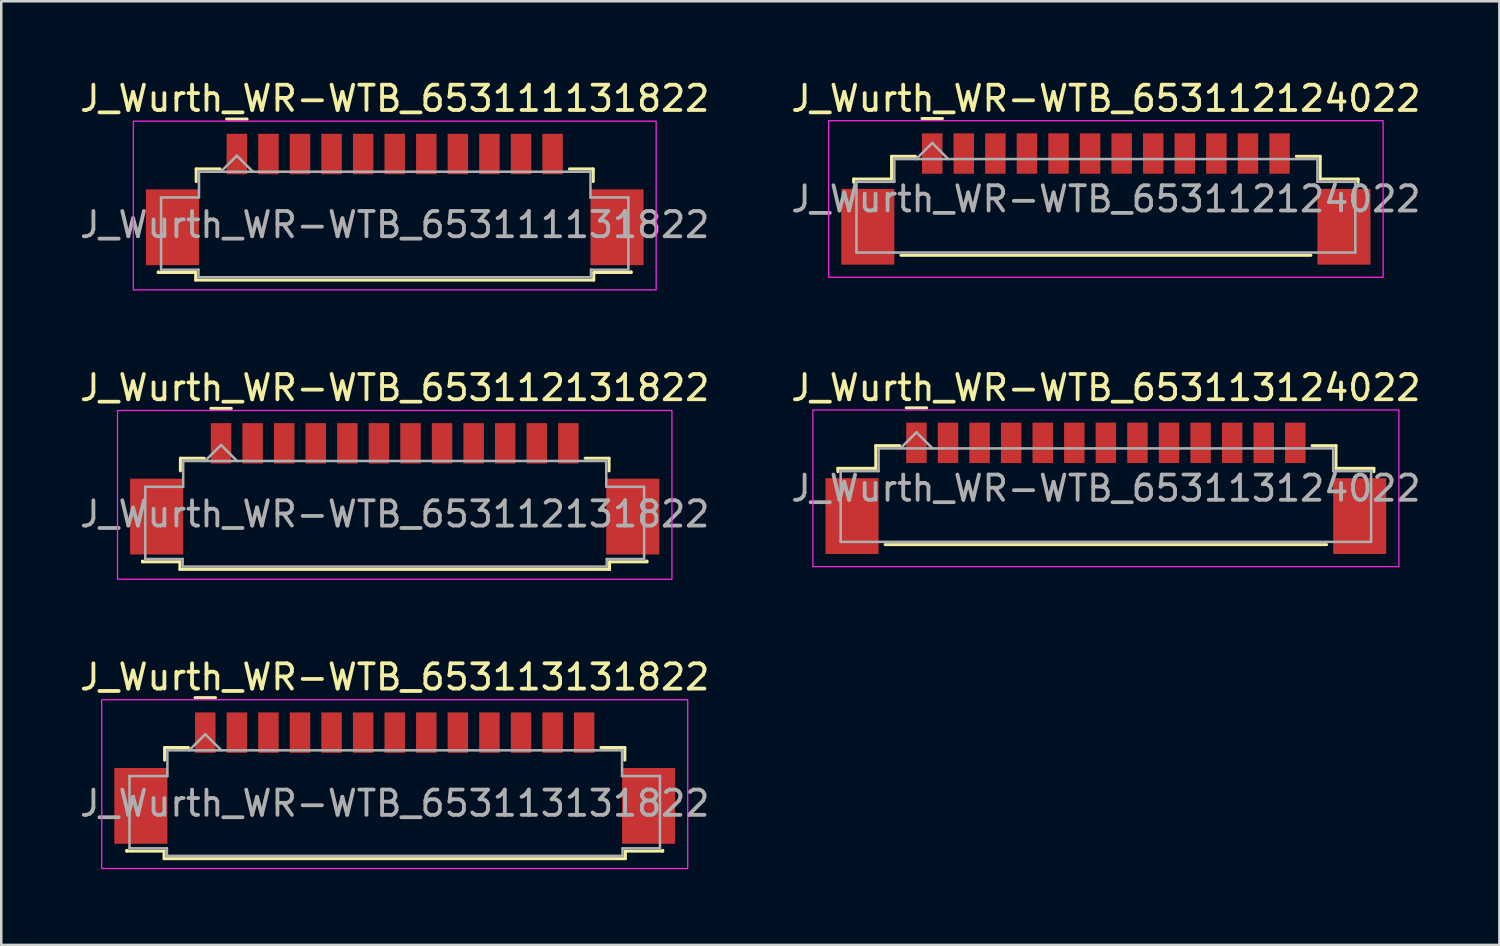
<source format=kicad_pcb>
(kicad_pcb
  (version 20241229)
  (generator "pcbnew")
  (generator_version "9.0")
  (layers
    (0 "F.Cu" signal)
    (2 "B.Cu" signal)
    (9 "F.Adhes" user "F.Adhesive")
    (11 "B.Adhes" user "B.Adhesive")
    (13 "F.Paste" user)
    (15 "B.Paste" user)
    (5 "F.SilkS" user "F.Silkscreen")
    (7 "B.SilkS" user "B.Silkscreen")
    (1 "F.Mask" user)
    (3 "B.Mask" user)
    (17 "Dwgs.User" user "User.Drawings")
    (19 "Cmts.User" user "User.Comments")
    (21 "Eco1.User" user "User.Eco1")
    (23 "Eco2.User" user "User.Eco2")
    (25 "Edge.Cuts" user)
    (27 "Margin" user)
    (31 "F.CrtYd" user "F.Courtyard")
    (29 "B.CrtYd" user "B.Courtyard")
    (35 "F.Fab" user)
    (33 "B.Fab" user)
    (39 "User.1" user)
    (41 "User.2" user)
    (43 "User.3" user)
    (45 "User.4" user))
  (footprint "J_Wurth_WR-WTB_653112131822"
    (layer "F.Cu")
    (at 12.577 17.302)
    (property "Reference" "J_Wurth_WR-WTB_653112131822" (at 0 -5 0) (unlocked yes) (layer "F.SilkS") (effects (font (size 1 1) (thickness 0.15))))
    (attr smd)
    (fp_line (start -9.985 1.86) (end -9.985 1.89) (stroke (width 0.12) (type solid)) (layer "F.SilkS"))
    (fp_line (start -9.985 1.89) (end -8.505 1.89) (stroke (width 0.12) (type default)) (layer "F.SilkS"))
    (fp_line (start -8.505 1.89) (end -8.505 2.19) (stroke (width 0.12) (type default)) (layer "F.SilkS"))
    (fp_line (start -8.505 2.19) (end 8.505 2.19) (stroke (width 0.12) (type default)) (layer "F.SilkS"))
    (fp_line (start -8.485 -2.21) (end -8.485 -1.71) (stroke (width 0.12) (type default)) (layer "F.SilkS"))
    (fp_line (start -7.54 -2.21) (end -8.485 -2.21) (stroke (width 0.12) (type solid)) (layer "F.SilkS"))
    (fp_line (start -7.28 -4.185) (end -6.47 -4.185) (stroke (width 0.12) (type solid)) (layer "F.SilkS"))
    (fp_line (start 7.54 -2.21) (end 8.485 -2.21) (stroke (width 0.12) (type solid)) (layer "F.SilkS"))
    (fp_line (start 8.485 -2.21) (end 8.485 -1.71) (stroke (width 0.12) (type default)) (layer "F.SilkS"))
    (fp_line (start 8.505 1.89) (end 9.985 1.89) (stroke (width 0.12) (type default)) (layer "F.SilkS"))
    (fp_line (start 8.505 2.19) (end 8.505 1.89) (stroke (width 0.12) (type default)) (layer "F.SilkS"))
    (fp_line (start 9.985 1.89) (end 9.985 1.86) (stroke (width 0.12) (type solid)) (layer "F.SilkS"))
    (fp_rect (start -10.975 -4.1) (end 10.975 2.58) (stroke (width 0.05) (type solid)) (fill no) (layer "F.CrtYd"))
    (fp_line (start -9.875 -1.08) (end -8.375 -1.08) (stroke (width 0.1) (type default)) (layer "F.Fab"))
    (fp_line (start -9.875 1.78) (end -9.875 -1.08) (stroke (width 0.1) (type solid)) (layer "F.Fab"))
    (fp_line (start -9.875 1.78) (end -8.395 1.78) (stroke (width 0.1) (type solid)) (layer "F.Fab"))
    (fp_line (start -8.395 1.78) (end -8.395 2.08) (stroke (width 0.1) (type solid)) (layer "F.Fab"))
    (fp_line (start -8.395 2.08) (end 8.395 2.08) (stroke (width 0.1) (type default)) (layer "F.Fab"))
    (fp_line (start -8.375 -2.1) (end -8.375 -1.08) (stroke (width 0.1) (type solid)) (layer "F.Fab"))
    (fp_line (start -8.375 -2.1) (end 8.375 -2.1) (stroke (width 0.1) (type solid)) (layer "F.Fab"))
    (fp_line (start -6.875 -2.735) (end -7.51 -2.1) (stroke (width 0.1) (type default)) (layer "F.Fab"))
    (fp_line (start -6.24 -2.1) (end -6.875 -2.735) (stroke (width 0.1) (type default)) (layer "F.Fab"))
    (fp_line (start 8.375 -2.1) (end 8.375 -1.08) (stroke (width 0.1) (type solid)) (layer "F.Fab"))
    (fp_line (start 8.395 1.78) (end 8.395 2.08) (stroke (width 0.1) (type solid)) (layer "F.Fab"))
    (fp_line (start 9.875 -1.08) (end 8.375 -1.08) (stroke (width 0.1) (type default)) (layer "F.Fab"))
    (fp_line (start 9.875 1.78) (end 8.395 1.78) (stroke (width 0.1) (type solid)) (layer "F.Fab"))
    (fp_line (start 9.875 1.78) (end 9.875 -1.08) (stroke (width 0.1) (type solid)) (layer "F.Fab"))
    (fp_text user "${REFERENCE}" (at 0 0 0) (unlocked yes) (layer "F.Fab") (effects (font (size 1 1) (thickness 0.15))))
    (pad "1" smd rect (at -6.875 -2.8) (size 0.81 1.6) (layers "F.Cu" "F.Mask" "F.Paste"))
    (pad "2" smd rect (at -5.625 -2.8) (size 0.81 1.6) (layers "F.Cu" "F.Mask" "F.Paste"))
    (pad "3" smd rect (at -4.375 -2.8) (size 0.81 1.6) (layers "F.Cu" "F.Mask" "F.Paste"))
    (pad "4" smd rect (at -3.125 -2.8) (size 0.81 1.6) (layers "F.Cu" "F.Mask" "F.Paste"))
    (pad "5" smd rect (at -1.875 -2.8) (size 0.81 1.6) (layers "F.Cu" "F.Mask" "F.Paste"))
    (pad "6" smd rect (at -0.625 -2.8) (size 0.81 1.6) (layers "F.Cu" "F.Mask" "F.Paste"))
    (pad "7" smd rect (at 0.625 -2.8) (size 0.81 1.6) (layers "F.Cu" "F.Mask" "F.Paste"))
    (pad "8" smd rect (at 1.875 -2.8) (size 0.81 1.6) (layers "F.Cu" "F.Mask" "F.Paste"))
    (pad "9" smd rect (at 3.125 -2.8) (size 0.81 1.6) (layers "F.Cu" "F.Mask" "F.Paste"))
    (pad "10" smd rect (at 4.375 -2.8) (size 0.81 1.6) (layers "F.Cu" "F.Mask" "F.Paste"))
    (pad "11" smd rect (at 5.625 -2.8) (size 0.81 1.6) (layers "F.Cu" "F.Mask" "F.Paste"))
    (pad "12" smd rect (at 6.875 -2.8) (size 0.81 1.6) (layers "F.Cu" "F.Mask" "F.Paste"))
    (pad "MP1" smd rect (at -9.425 0.1) (size 2.1 3) (layers "F.Cu" "F.Mask" "F.Paste"))
    (pad "MP2" smd rect (at 9.425 0.1) (size 2.1 3) (layers "F.Cu" "F.Mask" "F.Paste")))
  (footprint "J_Wurth_WR-WTB_653112124022"
    (layer "F.Cu")
    (at 40.732 5.098)
    (property "Reference" "J_Wurth_WR-WTB_653112124022" (at 0 -4.25 0) (unlocked yes) (layer "F.SilkS") (effects (font (size 1 1) (thickness 0.15))))
    (attr smd)
    (fp_line (start -9.985 -1.06) (end -9.985 -0.93) (stroke (width 0.12) (type solid)) (layer "F.SilkS"))
    (fp_line (start -8.485 -1.96) (end -8.485 -1.06) (stroke (width 0.12) (type solid)) (layer "F.SilkS"))
    (fp_line (start -8.485 -1.06) (end -9.985 -1.06) (stroke (width 0.12) (type solid)) (layer "F.SilkS"))
    (fp_line (start -8.115 1.96) (end 8.115 1.96) (stroke (width 0.12) (type solid)) (layer "F.SilkS"))
    (fp_line (start -7.54 -1.96) (end -8.485 -1.96) (stroke (width 0.12) (type solid)) (layer "F.SilkS"))
    (fp_line (start -7.28 -3.455) (end -6.47 -3.455) (stroke (width 0.12) (type solid)) (layer "F.SilkS"))
    (fp_line (start 8.485 -1.96) (end 7.54 -1.96) (stroke (width 0.12) (type solid)) (layer "F.SilkS"))
    (fp_line (start 8.485 -1.06) (end 8.485 -1.96) (stroke (width 0.12) (type solid)) (layer "F.SilkS"))
    (fp_line (start 9.985 -1.06) (end 8.485 -1.06) (stroke (width 0.12) (type solid)) (layer "F.SilkS"))
    (fp_line (start 9.985 -1.06) (end 9.985 -0.93) (stroke (width 0.12) (type solid)) (layer "F.SilkS"))
    (fp_rect (start -10.975 -3.37) (end 10.975 2.83) (stroke (width 0.05) (type solid)) (fill no) (layer "F.CrtYd"))
    (fp_line (start -9.875 -0.95) (end -8.375 -0.95) (stroke (width 0.1) (type solid)) (layer "F.Fab"))
    (fp_line (start -9.875 1.85) (end -9.875 -0.95) (stroke (width 0.1) (type solid)) (layer "F.Fab"))
    (fp_line (start -8.375 -1.85) (end 8.375 -1.85) (stroke (width 0.1) (type solid)) (layer "F.Fab"))
    (fp_line (start -8.375 -0.95) (end -8.375 -1.85) (stroke (width 0.1) (type solid)) (layer "F.Fab"))
    (fp_line (start -6.875 -2.485) (end -7.51 -1.85) (stroke (width 0.1) (type default)) (layer "F.Fab"))
    (fp_line (start -6.24 -1.85) (end -6.875 -2.485) (stroke (width 0.1) (type default)) (layer "F.Fab"))
    (fp_line (start 8.375 -0.95) (end 8.375 -1.85) (stroke (width 0.1) (type solid)) (layer "F.Fab"))
    (fp_line (start 9.875 -0.95) (end 8.375 -0.95) (stroke (width 0.1) (type solid)) (layer "F.Fab"))
    (fp_line (start 9.875 1.85) (end -9.875 1.85) (stroke (width 0.1) (type solid)) (layer "F.Fab"))
    (fp_line (start 9.875 1.85) (end 9.875 -0.95) (stroke (width 0.1) (type solid)) (layer "F.Fab"))
    (fp_text user "${REFERENCE}" (at 0 -0.27 0) (unlocked yes) (layer "F.Fab") (effects (font (size 1 1) (thickness 0.15))))
    (pad "1" smd rect (at -6.875 -2.07) (size 0.81 1.6) (layers "F.Cu" "F.Mask" "F.Paste"))
    (pad "2" smd rect (at -5.625 -2.07) (size 0.81 1.6) (layers "F.Cu" "F.Mask" "F.Paste"))
    (pad "3" smd rect (at -4.375 -2.07) (size 0.81 1.6) (layers "F.Cu" "F.Mask" "F.Paste"))
    (pad "4" smd rect (at -3.125 -2.07) (size 0.81 1.6) (layers "F.Cu" "F.Mask" "F.Paste"))
    (pad "5" smd rect (at -1.875 -2.07) (size 0.81 1.6) (layers "F.Cu" "F.Mask" "F.Paste"))
    (pad "6" smd rect (at -0.625 -2.07) (size 0.81 1.6) (layers "F.Cu" "F.Mask" "F.Paste"))
    (pad "7" smd rect (at 0.625 -2.07) (size 0.81 1.6) (layers "F.Cu" "F.Mask" "F.Paste"))
    (pad "8" smd rect (at 1.875 -2.07) (size 0.81 1.6) (layers "F.Cu" "F.Mask" "F.Paste"))
    (pad "9" smd rect (at 3.125 -2.07) (size 0.81 1.6) (layers "F.Cu" "F.Mask" "F.Paste"))
    (pad "10" smd rect (at 4.375 -2.07) (size 0.81 1.6) (layers "F.Cu" "F.Mask" "F.Paste"))
    (pad "11" smd rect (at 5.625 -2.07) (size 0.81 1.6) (layers "F.Cu" "F.Mask" "F.Paste"))
    (pad "12" smd rect (at 6.875 -2.07) (size 0.81 1.6) (layers "F.Cu" "F.Mask" "F.Paste"))
    (pad "MP1" smd rect (at -9.425 0.83) (size 2.1 3) (layers "F.Cu" "F.Mask" "F.Paste"))
    (pad "MP2" smd rect (at 9.425 0.83) (size 2.1 3) (layers "F.Cu" "F.Mask" "F.Paste")))
  (footprint "J_Wurth_WR-WTB_653113131822"
    (layer "F.Cu")
    (at 12.577 28.755)
    (property "Reference" "J_Wurth_WR-WTB_653113131822" (at 0 -5 0) (unlocked yes) (layer "F.SilkS") (effects (font (size 1 1) (thickness 0.15))))
    (attr smd)
    (fp_line (start -10.61 1.86) (end -10.61 1.89) (stroke (width 0.12) (type solid)) (layer "F.SilkS"))
    (fp_line (start -10.61 1.89) (end -9.13 1.89) (stroke (width 0.12) (type default)) (layer "F.SilkS"))
    (fp_line (start -9.13 1.89) (end -9.13 2.19) (stroke (width 0.12) (type default)) (layer "F.SilkS"))
    (fp_line (start -9.13 2.19) (end 9.13 2.19) (stroke (width 0.12) (type default)) (layer "F.SilkS"))
    (fp_line (start -9.11 -2.21) (end -9.11 -1.71) (stroke (width 0.12) (type default)) (layer "F.SilkS"))
    (fp_line (start -8.165 -2.21) (end -9.11 -2.21) (stroke (width 0.12) (type solid)) (layer "F.SilkS"))
    (fp_line (start -7.905 -4.185) (end -7.095 -4.185) (stroke (width 0.12) (type solid)) (layer "F.SilkS"))
    (fp_line (start 8.165 -2.21) (end 9.11 -2.21) (stroke (width 0.12) (type solid)) (layer "F.SilkS"))
    (fp_line (start 9.11 -2.21) (end 9.11 -1.71) (stroke (width 0.12) (type default)) (layer "F.SilkS"))
    (fp_line (start 9.13 1.89) (end 10.61 1.89) (stroke (width 0.12) (type default)) (layer "F.SilkS"))
    (fp_line (start 9.13 2.19) (end 9.13 1.89) (stroke (width 0.12) (type default)) (layer "F.SilkS"))
    (fp_line (start 10.61 1.89) (end 10.61 1.86) (stroke (width 0.12) (type solid)) (layer "F.SilkS"))
    (fp_rect (start -11.6 -4.1) (end 11.6 2.58) (stroke (width 0.05) (type solid)) (fill no) (layer "F.CrtYd"))
    (fp_line (start -10.5 -1.08) (end -9 -1.08) (stroke (width 0.1) (type default)) (layer "F.Fab"))
    (fp_line (start -10.5 1.78) (end -10.5 -1.08) (stroke (width 0.1) (type solid)) (layer "F.Fab"))
    (fp_line (start -10.5 1.78) (end -9.02 1.78) (stroke (width 0.1) (type solid)) (layer "F.Fab"))
    (fp_line (start -9.02 1.78) (end -9.02 2.08) (stroke (width 0.1) (type solid)) (layer "F.Fab"))
    (fp_line (start -9.02 2.08) (end 9.02 2.08) (stroke (width 0.1) (type default)) (layer "F.Fab"))
    (fp_line (start -9 -2.1) (end -9 -1.08) (stroke (width 0.1) (type solid)) (layer "F.Fab"))
    (fp_line (start -9 -2.1) (end 9 -2.1) (stroke (width 0.1) (type solid)) (layer "F.Fab"))
    (fp_line (start -7.5 -2.735) (end -8.135 -2.1) (stroke (width 0.1) (type default)) (layer "F.Fab"))
    (fp_line (start -6.865 -2.1) (end -7.5 -2.735) (stroke (width 0.1) (type default)) (layer "F.Fab"))
    (fp_line (start 9 -2.1) (end 9 -1.08) (stroke (width 0.1) (type solid)) (layer "F.Fab"))
    (fp_line (start 9.02 1.78) (end 9.02 2.08) (stroke (width 0.1) (type solid)) (layer "F.Fab"))
    (fp_line (start 10.5 -1.08) (end 9 -1.08) (stroke (width 0.1) (type default)) (layer "F.Fab"))
    (fp_line (start 10.5 1.78) (end 9.02 1.78) (stroke (width 0.1) (type solid)) (layer "F.Fab"))
    (fp_line (start 10.5 1.78) (end 10.5 -1.08) (stroke (width 0.1) (type solid)) (layer "F.Fab"))
    (fp_text user "${REFERENCE}" (at 0 0 0) (unlocked yes) (layer "F.Fab") (effects (font (size 1 1) (thickness 0.15))))
    (pad "1" smd rect (at -7.5 -2.8) (size 0.81 1.6) (layers "F.Cu" "F.Mask" "F.Paste"))
    (pad "2" smd rect (at -6.25 -2.8) (size 0.81 1.6) (layers "F.Cu" "F.Mask" "F.Paste"))
    (pad "3" smd rect (at -5 -2.8) (size 0.81 1.6) (layers "F.Cu" "F.Mask" "F.Paste"))
    (pad "4" smd rect (at -3.75 -2.8) (size 0.81 1.6) (layers "F.Cu" "F.Mask" "F.Paste"))
    (pad "5" smd rect (at -2.5 -2.8) (size 0.81 1.6) (layers "F.Cu" "F.Mask" "F.Paste"))
    (pad "6" smd rect (at -1.25 -2.8) (size 0.81 1.6) (layers "F.Cu" "F.Mask" "F.Paste"))
    (pad "7" smd rect (at 0 -2.8) (size 0.81 1.6) (layers "F.Cu" "F.Mask" "F.Paste"))
    (pad "8" smd rect (at 1.25 -2.8) (size 0.81 1.6) (layers "F.Cu" "F.Mask" "F.Paste"))
    (pad "9" smd rect (at 2.5 -2.8) (size 0.81 1.6) (layers "F.Cu" "F.Mask" "F.Paste"))
    (pad "10" smd rect (at 3.75 -2.8) (size 0.81 1.6) (layers "F.Cu" "F.Mask" "F.Paste"))
    (pad "11" smd rect (at 5 -2.8) (size 0.81 1.6) (layers "F.Cu" "F.Mask" "F.Paste"))
    (pad "12" smd rect (at 6.25 -2.8) (size 0.81 1.6) (layers "F.Cu" "F.Mask" "F.Paste"))
    (pad "13" smd rect (at 7.5 -2.8) (size 0.81 1.6) (layers "F.Cu" "F.Mask" "F.Paste"))
    (pad "MP1" smd rect (at -10.05 0.1) (size 2.1 3) (layers "F.Cu" "F.Mask" "F.Paste"))
    (pad "MP2" smd rect (at 10.05 0.1) (size 2.1 3) (layers "F.Cu" "F.Mask" "F.Paste")))
  (footprint "J_Wurth_WR-WTB_653111131822"
    (layer "F.Cu")
    (at 12.577 5.848)
    (property "Reference" "J_Wurth_WR-WTB_653111131822" (at 0 -5 0) (unlocked yes) (layer "F.SilkS") (effects (font (size 1 1) (thickness 0.15))))
    (attr smd)
    (fp_line (start -9.36 1.86) (end -9.36 1.89) (stroke (width 0.12) (type solid)) (layer "F.SilkS"))
    (fp_line (start -9.36 1.89) (end -7.88 1.89) (stroke (width 0.12) (type default)) (layer "F.SilkS"))
    (fp_line (start -7.88 1.89) (end -7.88 2.19) (stroke (width 0.12) (type default)) (layer "F.SilkS"))
    (fp_line (start -7.88 2.19) (end 7.88 2.19) (stroke (width 0.12) (type default)) (layer "F.SilkS"))
    (fp_line (start -7.86 -2.21) (end -7.86 -1.71) (stroke (width 0.12) (type default)) (layer "F.SilkS"))
    (fp_line (start -6.915 -2.21) (end -7.86 -2.21) (stroke (width 0.12) (type solid)) (layer "F.SilkS"))
    (fp_line (start -6.655 -4.185) (end -5.845 -4.185) (stroke (width 0.12) (type solid)) (layer "F.SilkS"))
    (fp_line (start 6.915 -2.21) (end 7.86 -2.21) (stroke (width 0.12) (type solid)) (layer "F.SilkS"))
    (fp_line (start 7.86 -2.21) (end 7.86 -1.71) (stroke (width 0.12) (type default)) (layer "F.SilkS"))
    (fp_line (start 7.88 1.89) (end 9.36 1.89) (stroke (width 0.12) (type default)) (layer "F.SilkS"))
    (fp_line (start 7.88 2.19) (end 7.88 1.89) (stroke (width 0.12) (type default)) (layer "F.SilkS"))
    (fp_line (start 9.36 1.89) (end 9.36 1.86) (stroke (width 0.12) (type solid)) (layer "F.SilkS"))
    (fp_rect (start -10.35 -4.1) (end 10.35 2.58) (stroke (width 0.05) (type solid)) (fill no) (layer "F.CrtYd"))
    (fp_line (start -9.25 -1.08) (end -7.75 -1.08) (stroke (width 0.1) (type default)) (layer "F.Fab"))
    (fp_line (start -9.25 1.78) (end -9.25 -1.08) (stroke (width 0.1) (type solid)) (layer "F.Fab"))
    (fp_line (start -9.25 1.78) (end -7.77 1.78) (stroke (width 0.1) (type solid)) (layer "F.Fab"))
    (fp_line (start -7.77 1.78) (end -7.77 2.08) (stroke (width 0.1) (type solid)) (layer "F.Fab"))
    (fp_line (start -7.77 2.08) (end 7.77 2.08) (stroke (width 0.1) (type default)) (layer "F.Fab"))
    (fp_line (start -7.75 -2.1) (end -7.75 -1.08) (stroke (width 0.1) (type solid)) (layer "F.Fab"))
    (fp_line (start -7.75 -2.1) (end 7.75 -2.1) (stroke (width 0.1) (type solid)) (layer "F.Fab"))
    (fp_line (start -6.25 -2.735) (end -6.885 -2.1) (stroke (width 0.1) (type default)) (layer "F.Fab"))
    (fp_line (start -5.615 -2.1) (end -6.25 -2.735) (stroke (width 0.1) (type default)) (layer "F.Fab"))
    (fp_line (start 7.75 -2.1) (end 7.75 -1.08) (stroke (width 0.1) (type solid)) (layer "F.Fab"))
    (fp_line (start 7.77 1.78) (end 7.77 2.08) (stroke (width 0.1) (type solid)) (layer "F.Fab"))
    (fp_line (start 9.25 -1.08) (end 7.75 -1.08) (stroke (width 0.1) (type default)) (layer "F.Fab"))
    (fp_line (start 9.25 1.78) (end 7.77 1.78) (stroke (width 0.1) (type solid)) (layer "F.Fab"))
    (fp_line (start 9.25 1.78) (end 9.25 -1.08) (stroke (width 0.1) (type solid)) (layer "F.Fab"))
    (fp_text user "${REFERENCE}" (at 0 0 0) (unlocked yes) (layer "F.Fab") (effects (font (size 1 1) (thickness 0.15))))
    (pad "1" smd rect (at -6.25 -2.8) (size 0.81 1.6) (layers "F.Cu" "F.Mask" "F.Paste"))
    (pad "2" smd rect (at -5 -2.8) (size 0.81 1.6) (layers "F.Cu" "F.Mask" "F.Paste"))
    (pad "3" smd rect (at -3.75 -2.8) (size 0.81 1.6) (layers "F.Cu" "F.Mask" "F.Paste"))
    (pad "4" smd rect (at -2.5 -2.8) (size 0.81 1.6) (layers "F.Cu" "F.Mask" "F.Paste"))
    (pad "5" smd rect (at -1.25 -2.8) (size 0.81 1.6) (layers "F.Cu" "F.Mask" "F.Paste"))
    (pad "6" smd rect (at 0 -2.8) (size 0.81 1.6) (layers "F.Cu" "F.Mask" "F.Paste"))
    (pad "7" smd rect (at 1.25 -2.8) (size 0.81 1.6) (layers "F.Cu" "F.Mask" "F.Paste"))
    (pad "8" smd rect (at 2.5 -2.8) (size 0.81 1.6) (layers "F.Cu" "F.Mask" "F.Paste"))
    (pad "9" smd rect (at 3.75 -2.8) (size 0.81 1.6) (layers "F.Cu" "F.Mask" "F.Paste"))
    (pad "10" smd rect (at 5 -2.8) (size 0.81 1.6) (layers "F.Cu" "F.Mask" "F.Paste"))
    (pad "11" smd rect (at 6.25 -2.8) (size 0.81 1.6) (layers "F.Cu" "F.Mask" "F.Paste"))
    (pad "MP1" smd rect (at -8.8 0.1) (size 2.1 3) (layers "F.Cu" "F.Mask" "F.Paste"))
    (pad "MP2" smd rect (at 8.8 0.1) (size 2.1 3) (layers "F.Cu" "F.Mask" "F.Paste")))
  (footprint "J_Wurth_WR-WTB_653113124022"
    (layer "F.Cu")
    (at 40.732 16.552)
    (property "Reference" "J_Wurth_WR-WTB_653113124022" (at 0 -4.25 0) (unlocked yes) (layer "F.SilkS") (effects (font (size 1 1) (thickness 0.15))))
    (attr smd)
    (fp_line (start -10.61 -1.06) (end -10.61 -0.93) (stroke (width 0.12) (type solid)) (layer "F.SilkS"))
    (fp_line (start -9.11 -1.96) (end -9.11 -1.06) (stroke (width 0.12) (type solid)) (layer "F.SilkS"))
    (fp_line (start -9.11 -1.06) (end -10.61 -1.06) (stroke (width 0.12) (type solid)) (layer "F.SilkS"))
    (fp_line (start -8.74 1.96) (end 8.74 1.96) (stroke (width 0.12) (type solid)) (layer "F.SilkS"))
    (fp_line (start -8.165 -1.96) (end -9.11 -1.96) (stroke (width 0.12) (type solid)) (layer "F.SilkS"))
    (fp_line (start -7.905 -3.455) (end -7.095 -3.455) (stroke (width 0.12) (type solid)) (layer "F.SilkS"))
    (fp_line (start 9.11 -1.96) (end 8.165 -1.96) (stroke (width 0.12) (type solid)) (layer "F.SilkS"))
    (fp_line (start 9.11 -1.06) (end 9.11 -1.96) (stroke (width 0.12) (type solid)) (layer "F.SilkS"))
    (fp_line (start 10.61 -1.06) (end 9.11 -1.06) (stroke (width 0.12) (type solid)) (layer "F.SilkS"))
    (fp_line (start 10.61 -1.06) (end 10.61 -0.93) (stroke (width 0.12) (type solid)) (layer "F.SilkS"))
    (fp_rect (start -11.6 -3.37) (end 11.6 2.83) (stroke (width 0.05) (type solid)) (fill no) (layer "F.CrtYd"))
    (fp_line (start -10.5 -0.95) (end -9 -0.95) (stroke (width 0.1) (type solid)) (layer "F.Fab"))
    (fp_line (start -10.5 1.85) (end -10.5 -0.95) (stroke (width 0.1) (type solid)) (layer "F.Fab"))
    (fp_line (start -9 -1.85) (end 9 -1.85) (stroke (width 0.1) (type solid)) (layer "F.Fab"))
    (fp_line (start -9 -0.95) (end -9 -1.85) (stroke (width 0.1) (type solid)) (layer "F.Fab"))
    (fp_line (start -7.5 -2.485) (end -8.135 -1.85) (stroke (width 0.1) (type default)) (layer "F.Fab"))
    (fp_line (start -6.865 -1.85) (end -7.5 -2.485) (stroke (width 0.1) (type default)) (layer "F.Fab"))
    (fp_line (start 9 -0.95) (end 9 -1.85) (stroke (width 0.1) (type solid)) (layer "F.Fab"))
    (fp_line (start 10.5 -0.95) (end 9 -0.95) (stroke (width 0.1) (type solid)) (layer "F.Fab"))
    (fp_line (start 10.5 1.85) (end -10.5 1.85) (stroke (width 0.1) (type solid)) (layer "F.Fab"))
    (fp_line (start 10.5 1.85) (end 10.5 -0.95) (stroke (width 0.1) (type solid)) (layer "F.Fab"))
    (fp_text user "${REFERENCE}" (at 0 -0.27 0) (unlocked yes) (layer "F.Fab") (effects (font (size 1 1) (thickness 0.15))))
    (pad "1" smd rect (at -7.5 -2.07) (size 0.81 1.6) (layers "F.Cu" "F.Mask" "F.Paste"))
    (pad "2" smd rect (at -6.25 -2.07) (size 0.81 1.6) (layers "F.Cu" "F.Mask" "F.Paste"))
    (pad "3" smd rect (at -5 -2.07) (size 0.81 1.6) (layers "F.Cu" "F.Mask" "F.Paste"))
    (pad "4" smd rect (at -3.75 -2.07) (size 0.81 1.6) (layers "F.Cu" "F.Mask" "F.Paste"))
    (pad "5" smd rect (at -2.5 -2.07) (size 0.81 1.6) (layers "F.Cu" "F.Mask" "F.Paste"))
    (pad "6" smd rect (at -1.25 -2.07) (size 0.81 1.6) (layers "F.Cu" "F.Mask" "F.Paste"))
    (pad "7" smd rect (at 0 -2.07) (size 0.81 1.6) (layers "F.Cu" "F.Mask" "F.Paste"))
    (pad "8" smd rect (at 1.25 -2.07) (size 0.81 1.6) (layers "F.Cu" "F.Mask" "F.Paste"))
    (pad "9" smd rect (at 2.5 -2.07) (size 0.81 1.6) (layers "F.Cu" "F.Mask" "F.Paste"))
    (pad "10" smd rect (at 3.75 -2.07) (size 0.81 1.6) (layers "F.Cu" "F.Mask" "F.Paste"))
    (pad "11" smd rect (at 5 -2.07) (size 0.81 1.6) (layers "F.Cu" "F.Mask" "F.Paste"))
    (pad "12" smd rect (at 6.25 -2.07) (size 0.81 1.6) (layers "F.Cu" "F.Mask" "F.Paste"))
    (pad "13" smd rect (at 7.5 -2.07) (size 0.81 1.6) (layers "F.Cu" "F.Mask" "F.Paste"))
    (pad "MP1" smd rect (at -10.05 0.83) (size 2.1 3) (layers "F.Cu" "F.Mask" "F.Paste"))
    (pad "MP2" smd rect (at 10.05 0.83) (size 2.1 3) (layers "F.Cu" "F.Mask" "F.Paste")))
  (gr_rect
    (start -3 -3)
    (end 56.31 34.36)
    (stroke (width 0.1) (type default))
    (fill no)
    (layer "Edge.Cuts")))
</source>
